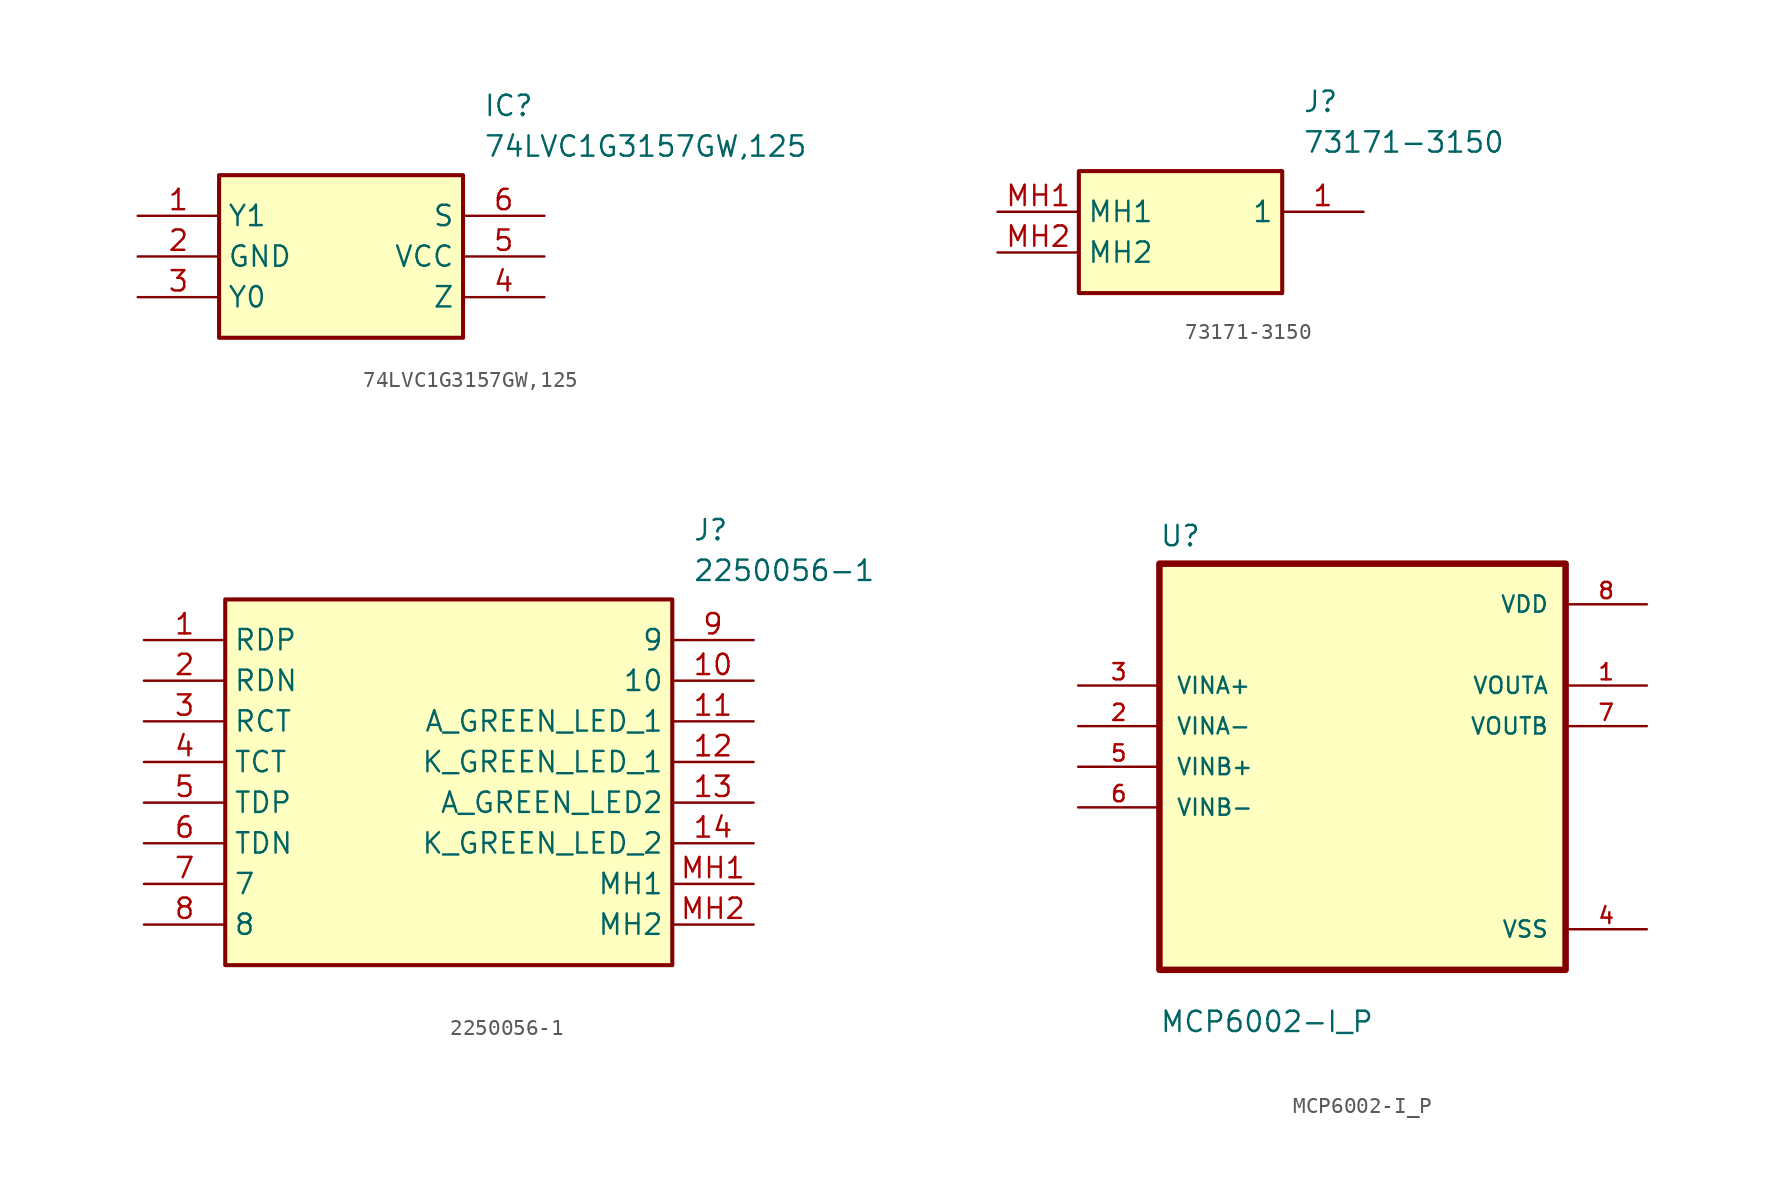
<source format=kicad_sym>
(kicad_symbol_lib
  (version 20231120)
  (generator "kicad_symbol_editor")
  (generator_version "8.0")
  (symbol "74LVC1G3157GW,125"
    (property "Reference" "IC"
      (at 21.59 7.62 0)
      (effects (font (size 1.27 1.27)) (justify left top)))
    (property "Value" "74LVC1G3157GW,125"
      (at 21.59 5.08 0)
      (effects (font (size 1.27 1.27)) (justify left top)))
    (symbol "74LVC1G3157GW,125_1_1"
      (rectangle (start 5.08 2.54) (end 20.32 -7.62) (stroke (width 0.254) (type default)) (fill (type background)))
      (pin passive line (at 0 0 0) (length 5.08) (name "Y1" (effects (font (size 1.27 1.27)))) (number "1" (effects (font (size 1.27 1.27)))))
      (pin passive line (at 0 -2.54 0) (length 5.08) (name "GND" (effects (font (size 1.27 1.27)))) (number "2" (effects (font (size 1.27 1.27)))))
      (pin passive line (at 0 -5.08 0) (length 5.08) (name "Y0" (effects (font (size 1.27 1.27)))) (number "3" (effects (font (size 1.27 1.27)))))
      (pin passive line (at 25.4 -5.08 180) (length 5.08) (name "Z" (effects (font (size 1.27 1.27)))) (number "4" (effects (font (size 1.27 1.27)))))
      (pin passive line (at 25.4 -2.54 180) (length 5.08) (name "VCC" (effects (font (size 1.27 1.27)))) (number "5" (effects (font (size 1.27 1.27)))))
      (pin passive line (at 25.4 0 180) (length 5.08) (name "S" (effects (font (size 1.27 1.27)))) (number "6" (effects (font (size 1.27 1.27)))))))
  (symbol "73171-3150"
    (property "Reference" "J"
      (at 19.05 7.62 0)
      (effects (font (size 1.27 1.27)) (justify left top)))
    (property "Value" "73171-3150"
      (at 19.05 5.08 0)
      (effects (font (size 1.27 1.27)) (justify left top)))
    (symbol "73171-3150_1_1"
      (rectangle (start 5.08 2.54) (end 17.78 -5.08) (stroke (width 0.254) (type default)) (fill (type background)))
      (pin passive line (at 22.86 0 180) (length 5.08) (name "1" (effects (font (size 1.27 1.27)))) (number "1" (effects (font (size 1.27 1.27)))))
      (pin passive line (at 0 0 0) (length 5.08) (name "MH1" (effects (font (size 1.27 1.27)))) (number "MH1" (effects (font (size 1.27 1.27)))))
      (pin passive line (at 0 -2.54 0) (length 5.08) (name "MH2" (effects (font (size 1.27 1.27)))) (number "MH2" (effects (font (size 1.27 1.27)))))))
  (symbol "2250056-1"
    (property "Reference" "J"
      (at 34.29 7.62 0)
      (effects (font (size 1.27 1.27)) (justify left top)))
    (property "Value" "2250056-1"
      (at 34.29 5.08 0)
      (effects (font (size 1.27 1.27)) (justify left top)))
    (symbol "2250056-1_1_1"
      (rectangle (start 5.08 2.54) (end 33.02 -20.32) (stroke (width 0.254) (type default)) (fill (type background)))
      (pin passive line (at 0 0 0) (length 5.08) (name "RDP" (effects (font (size 1.27 1.27)))) (number "1" (effects (font (size 1.27 1.27)))))
      (pin passive line (at 38.1 -2.54 180) (length 5.08) (name "10" (effects (font (size 1.27 1.27)))) (number "10" (effects (font (size 1.27 1.27)))))
      (pin passive line (at 38.1 -5.08 180) (length 5.08) (name "A_GREEN_LED_1" (effects (font (size 1.27 1.27)))) (number "11" (effects (font (size 1.27 1.27)))))
      (pin passive line (at 38.1 -7.62 180) (length 5.08) (name "K_GREEN_LED_1" (effects (font (size 1.27 1.27)))) (number "12" (effects (font (size 1.27 1.27)))))
      (pin passive line (at 38.1 -10.16 180) (length 5.08) (name "A_GREEN_LED2" (effects (font (size 1.27 1.27)))) (number "13" (effects (font (size 1.27 1.27)))))
      (pin passive line (at 38.1 -12.7 180) (length 5.08) (name "K_GREEN_LED_2" (effects (font (size 1.27 1.27)))) (number "14" (effects (font (size 1.27 1.27)))))
      (pin passive line (at 0 -2.54 0) (length 5.08) (name "RDN" (effects (font (size 1.27 1.27)))) (number "2" (effects (font (size 1.27 1.27)))))
      (pin passive line (at 0 -5.08 0) (length 5.08) (name "RCT" (effects (font (size 1.27 1.27)))) (number "3" (effects (font (size 1.27 1.27)))))
      (pin passive line (at 0 -7.62 0) (length 5.08) (name "TCT" (effects (font (size 1.27 1.27)))) (number "4" (effects (font (size 1.27 1.27)))))
      (pin passive line (at 0 -10.16 0) (length 5.08) (name "TDP" (effects (font (size 1.27 1.27)))) (number "5" (effects (font (size 1.27 1.27)))))
      (pin passive line (at 0 -12.7 0) (length 5.08) (name "TDN" (effects (font (size 1.27 1.27)))) (number "6" (effects (font (size 1.27 1.27)))))
      (pin passive line (at 0 -15.24 0) (length 5.08) (name "7" (effects (font (size 1.27 1.27)))) (number "7" (effects (font (size 1.27 1.27)))))
      (pin passive line (at 0 -17.78 0) (length 5.08) (name "8" (effects (font (size 1.27 1.27)))) (number "8" (effects (font (size 1.27 1.27)))))
      (pin passive line (at 38.1 0 180) (length 5.08) (name "9" (effects (font (size 1.27 1.27)))) (number "9" (effects (font (size 1.27 1.27)))))
      (pin passive line (at 38.1 -15.24 180) (length 5.08) (name "MH1" (effects (font (size 1.27 1.27)))) (number "MH1" (effects (font (size 1.27 1.27)))))
      (pin passive line (at 38.1 -17.78 180) (length 5.08) (name "MH2" (effects (font (size 1.27 1.27)))) (number "MH2" (effects (font (size 1.27 1.27)))))))
  (symbol "MCP6002-I_P"
    (pin_names
      (offset 1.016))
    (property "Reference" "U"
      (at -12.7 13.691 0)
      (effects (font (size 1.27 1.27)) (justify left bottom)))
    (property "Value" "MCP6002-I_P"
      (at -12.7 -16.688 0)
      (effects (font (size 1.27 1.27)) (justify left bottom)))
    (property "ki_locked" ""
      (at 0 0 0)
      (effects (font (size 1.27 1.27))))
    (symbol "MCP6002-I_P_0_0"
      (rectangle (start -12.7 -12.7) (end 12.7 12.7) (stroke (width 0.406) (type solid)) (fill (type background)))
      (pin output line (at 17.78 5.08 180) (length 5.08) (name "VOUTA" (effects (font (size 1.016 1.016)))) (number "1" (effects (font (size 1.016 1.016)))))
      (pin input line (at -17.78 2.54 0) (length 5.08) (name "VINA-" (effects (font (size 1.016 1.016)))) (number "2" (effects (font (size 1.016 1.016)))))
      (pin input line (at -17.78 5.08 0) (length 5.08) (name "VINA+" (effects (font (size 1.016 1.016)))) (number "3" (effects (font (size 1.016 1.016)))))
      (pin power_in line (at 17.78 -10.16 180) (length 5.08) (name "VSS" (effects (font (size 1.016 1.016)))) (number "4" (effects (font (size 1.016 1.016)))))
      (pin input line (at -17.78 0 0) (length 5.08) (name "VINB+" (effects (font (size 1.016 1.016)))) (number "5" (effects (font (size 1.016 1.016)))))
      (pin input line (at -17.78 -2.54 0) (length 5.08) (name "VINB-" (effects (font (size 1.016 1.016)))) (number "6" (effects (font (size 1.016 1.016)))))
      (pin output line (at 17.78 2.54 180) (length 5.08) (name "VOUTB" (effects (font (size 1.016 1.016)))) (number "7" (effects (font (size 1.016 1.016)))))
      (pin power_in line (at 17.78 10.16 180) (length 5.08) (name "VDD" (effects (font (size 1.016 1.016)))) (number "8" (effects (font (size 1.016 1.016))))))))
</source>
